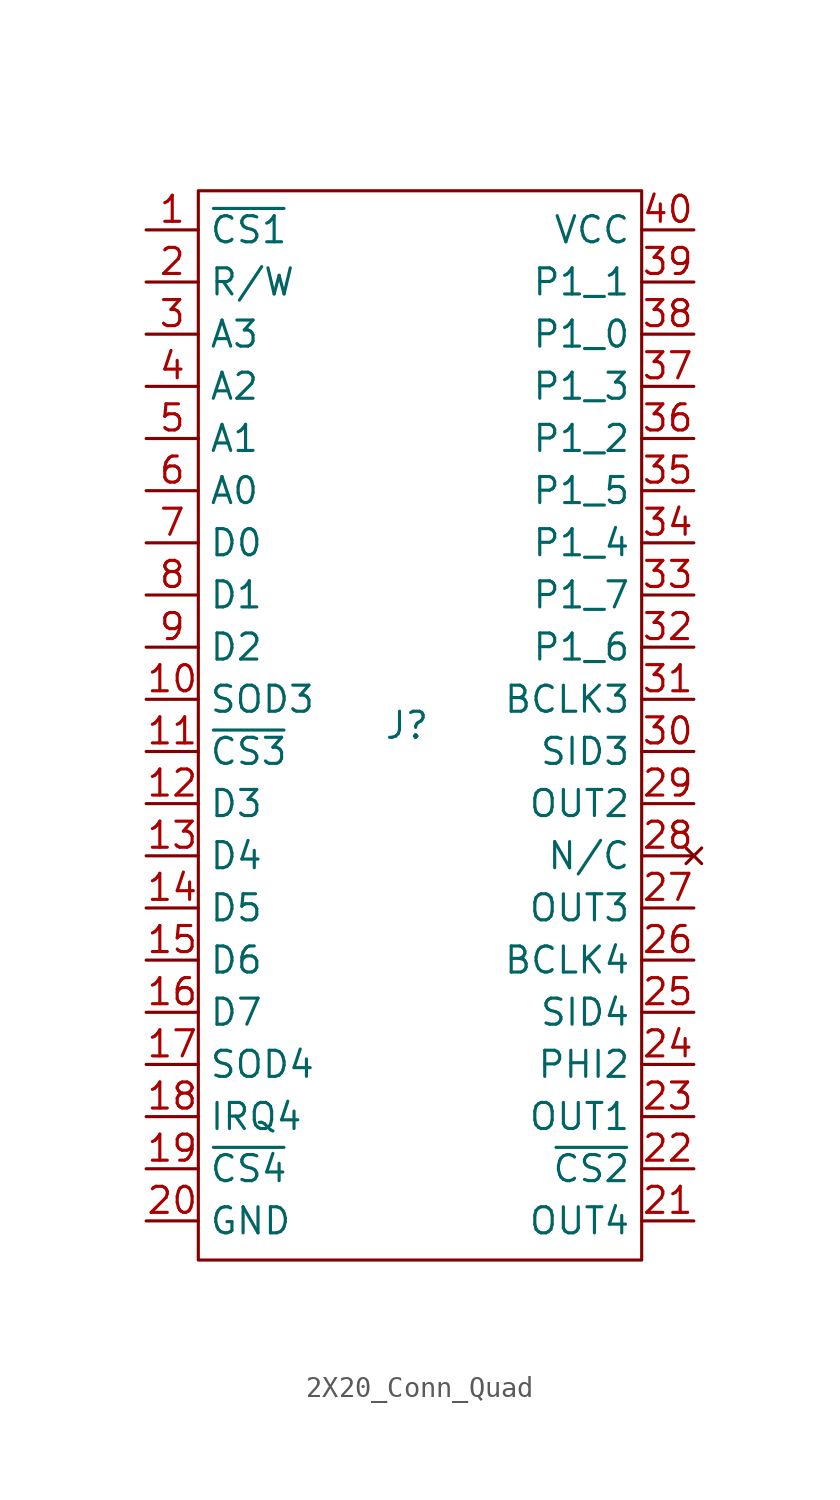
<source format=kicad_sym>
(kicad_symbol_lib
  (version 20220914)
  (generator kicad_symbol_editor)
  (symbol "2X20_Conn_Quad"
    (property "Reference" "J"
      (at 0 0 0)
      (effects (font (size 1.27 1.27))))
    (property "Value" ""
      (at 0 0 0)
      (effects (font (size 1.27 1.27))))
    (symbol "2X20_Conn_Quad_0_1"
      (rectangle (start -10.16 26.035) (end 11.43 -26.035) (stroke (width 0.152) (type default)) (fill (type none))))
    (symbol "2X20_Conn_Quad_1_1"
      (pin output line (at -12.7 24.13 0) (length 2.54) (name "~{CS1}" (effects (font (size 1.27 1.27)))) (number "1" (effects (font (size 1.27 1.27)))))
      (pin input line (at -12.7 1.27 0) (length 2.54) (name "SOD3" (effects (font (size 1.27 1.27)))) (number "10" (effects (font (size 1.27 1.27)))))
      (pin output line (at -12.7 -1.27 0) (length 2.54) (name "~{CS3}" (effects (font (size 1.27 1.27)))) (number "11" (effects (font (size 1.27 1.27)))))
      (pin bidirectional line (at -12.7 -3.81 0) (length 2.54) (name "D3" (effects (font (size 1.27 1.27)))) (number "12" (effects (font (size 1.27 1.27)))))
      (pin bidirectional line (at -12.7 -6.35 0) (length 2.54) (name "D4" (effects (font (size 1.27 1.27)))) (number "13" (effects (font (size 1.27 1.27)))))
      (pin bidirectional line (at -12.7 -8.89 0) (length 2.54) (name "D5" (effects (font (size 1.27 1.27)))) (number "14" (effects (font (size 1.27 1.27)))))
      (pin bidirectional line (at -12.7 -11.43 0) (length 2.54) (name "D6" (effects (font (size 1.27 1.27)))) (number "15" (effects (font (size 1.27 1.27)))))
      (pin bidirectional line (at -12.7 -13.97 0) (length 2.54) (name "D7" (effects (font (size 1.27 1.27)))) (number "16" (effects (font (size 1.27 1.27)))))
      (pin input line (at -12.7 -16.51 0) (length 2.54) (name "SOD4" (effects (font (size 1.27 1.27)))) (number "17" (effects (font (size 1.27 1.27)))))
      (pin input line (at -12.7 -19.05 0) (length 2.54) (name "IRQ4" (effects (font (size 1.27 1.27)))) (number "18" (effects (font (size 1.27 1.27)))))
      (pin output line (at -12.7 -21.59 0) (length 2.54) (name "~{CS4}" (effects (font (size 1.27 1.27)))) (number "19" (effects (font (size 1.27 1.27)))))
      (pin output line (at -12.7 21.59 0) (length 2.54) (name "R/W" (effects (font (size 1.27 1.27)))) (number "2" (effects (font (size 1.27 1.27)))))
      (pin power_out line (at -12.7 -24.13 0) (length 2.54) (name "GND" (effects (font (size 1.27 1.27)))) (number "20" (effects (font (size 1.27 1.27)))))
      (pin input line (at 13.97 -24.13 180) (length 2.54) (name "OUT4" (effects (font (size 1.27 1.27)))) (number "21" (effects (font (size 1.27 1.27)))))
      (pin output line (at 13.97 -21.59 180) (length 2.54) (name "~{CS2}" (effects (font (size 1.27 1.27)))) (number "22" (effects (font (size 1.27 1.27)))))
      (pin input line (at 13.97 -19.05 180) (length 2.54) (name "OUT1" (effects (font (size 1.27 1.27)))) (number "23" (effects (font (size 1.27 1.27)))))
      (pin output line (at 13.97 -16.51 180) (length 2.54) (name "PHI2" (effects (font (size 1.27 1.27)))) (number "24" (effects (font (size 1.27 1.27)))))
      (pin output line (at 13.97 -13.97 180) (length 2.54) (name "SID4" (effects (font (size 1.27 1.27)))) (number "25" (effects (font (size 1.27 1.27)))))
      (pin bidirectional line (at 13.97 -11.43 180) (length 2.54) (name "BCLK4" (effects (font (size 1.27 1.27)))) (number "26" (effects (font (size 1.27 1.27)))))
      (pin input line (at 13.97 -8.89 180) (length 2.54) (name "OUT3" (effects (font (size 1.27 1.27)))) (number "27" (effects (font (size 1.27 1.27)))))
      (pin no_connect line (at 13.97 -6.35 180) (length 2.54) (name "N/C" (effects (font (size 1.27 1.27)))) (number "28" (effects (font (size 1.27 1.27)))))
      (pin input line (at 13.97 -3.81 180) (length 2.54) (name "OUT2" (effects (font (size 1.27 1.27)))) (number "29" (effects (font (size 1.27 1.27)))))
      (pin output line (at -12.7 19.05 0) (length 2.54) (name "A3" (effects (font (size 1.27 1.27)))) (number "3" (effects (font (size 1.27 1.27)))))
      (pin output line (at 13.97 -1.27 180) (length 2.54) (name "SID3" (effects (font (size 1.27 1.27)))) (number "30" (effects (font (size 1.27 1.27)))))
      (pin bidirectional line (at 13.97 1.27 180) (length 2.54) (name "BCLK3" (effects (font (size 1.27 1.27)))) (number "31" (effects (font (size 1.27 1.27)))))
      (pin output line (at 13.97 3.81 180) (length 2.54) (name "P1_6" (effects (font (size 1.27 1.27)))) (number "32" (effects (font (size 1.27 1.27)))))
      (pin output line (at 13.97 6.35 180) (length 2.54) (name "P1_7" (effects (font (size 1.27 1.27)))) (number "33" (effects (font (size 1.27 1.27)))))
      (pin output line (at 13.97 8.89 180) (length 2.54) (name "P1_4" (effects (font (size 1.27 1.27)))) (number "34" (effects (font (size 1.27 1.27)))))
      (pin output line (at 13.97 11.43 180) (length 2.54) (name "P1_5" (effects (font (size 1.27 1.27)))) (number "35" (effects (font (size 1.27 1.27)))))
      (pin output line (at 13.97 13.97 180) (length 2.54) (name "P1_2" (effects (font (size 1.27 1.27)))) (number "36" (effects (font (size 1.27 1.27)))))
      (pin output line (at 13.97 16.51 180) (length 2.54) (name "P1_3" (effects (font (size 1.27 1.27)))) (number "37" (effects (font (size 1.27 1.27)))))
      (pin output line (at 13.97 19.05 180) (length 2.54) (name "P1_0" (effects (font (size 1.27 1.27)))) (number "38" (effects (font (size 1.27 1.27)))))
      (pin output line (at 13.97 21.59 180) (length 2.54) (name "P1_1" (effects (font (size 1.27 1.27)))) (number "39" (effects (font (size 1.27 1.27)))))
      (pin output line (at -12.7 16.51 0) (length 2.54) (name "A2" (effects (font (size 1.27 1.27)))) (number "4" (effects (font (size 1.27 1.27)))))
      (pin power_out line (at 13.97 24.13 180) (length 2.54) (name "VCC" (effects (font (size 1.27 1.27)))) (number "40" (effects (font (size 1.27 1.27)))))
      (pin output line (at -12.7 13.97 0) (length 2.54) (name "A1" (effects (font (size 1.27 1.27)))) (number "5" (effects (font (size 1.27 1.27)))))
      (pin output line (at -12.7 11.43 0) (length 2.54) (name "A0" (effects (font (size 1.27 1.27)))) (number "6" (effects (font (size 1.27 1.27)))))
      (pin bidirectional line (at -12.7 8.89 0) (length 2.54) (name "D0" (effects (font (size 1.27 1.27)))) (number "7" (effects (font (size 1.27 1.27)))))
      (pin bidirectional line (at -12.7 6.35 0) (length 2.54) (name "D1" (effects (font (size 1.27 1.27)))) (number "8" (effects (font (size 1.27 1.27)))))
      (pin bidirectional line (at -12.7 3.81 0) (length 2.54) (name "D2" (effects (font (size 1.27 1.27)))) (number "9" (effects (font (size 1.27 1.27))))))))
</source>
